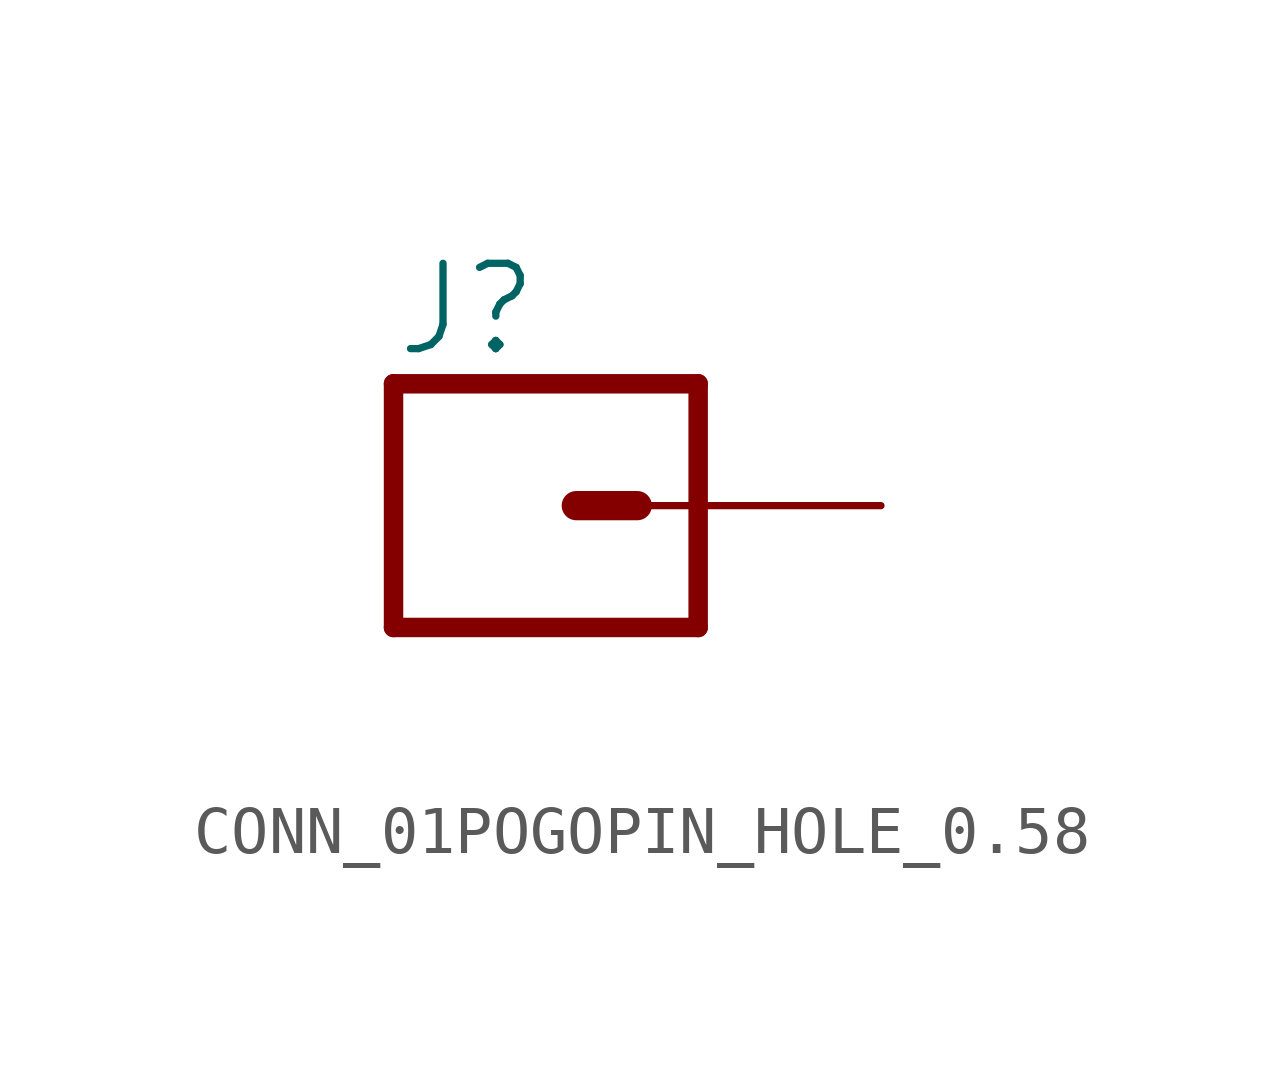
<source format=kicad_sym>
(kicad_symbol_lib
  (version 20220914)
  (generator kicad_symbol_editor)
  (symbol "CONN_01POGOPIN_HOLE_0.58"
    (property "Reference" "J"
      (at -2.54 3.048 0)
      (effects (font (size 1.778 1.778)) (justify left bottom)))
    (property "Value" ""
      (at -2.54 -4.826 0)
      (effects (font (size 1.778 1.778)) (justify left bottom)))
    (property "ki_locked" ""
      (at 0 0 0)
      (effects (font (size 1.27 1.27))))
    (symbol "CONN_01POGOPIN_HOLE_0.58_1_0"
      (polyline (pts (xy -2.54 2.54) (xy -2.54 -2.54)) (stroke (width 0.406) (type solid)) (fill (type none)))
      (polyline (pts (xy -2.54 2.54) (xy 3.81 2.54)) (stroke (width 0.406) (type solid)) (fill (type none)))
      (polyline (pts (xy 1.27 0) (xy 2.54 0)) (stroke (width 0.61) (type solid)) (fill (type none)))
      (polyline (pts (xy 3.81 -2.54) (xy -2.54 -2.54)) (stroke (width 0.406) (type solid)) (fill (type none)))
      (polyline (pts (xy 3.81 -2.54) (xy 3.81 2.54)) (stroke (width 0.406) (type solid)) (fill (type none)))
      (pin passive line (at 7.62 0 180) (length 5.08) (name "1" (effects (font (size 0 0)))) (number "1" (effects (font (size 0 0))))))))
</source>
